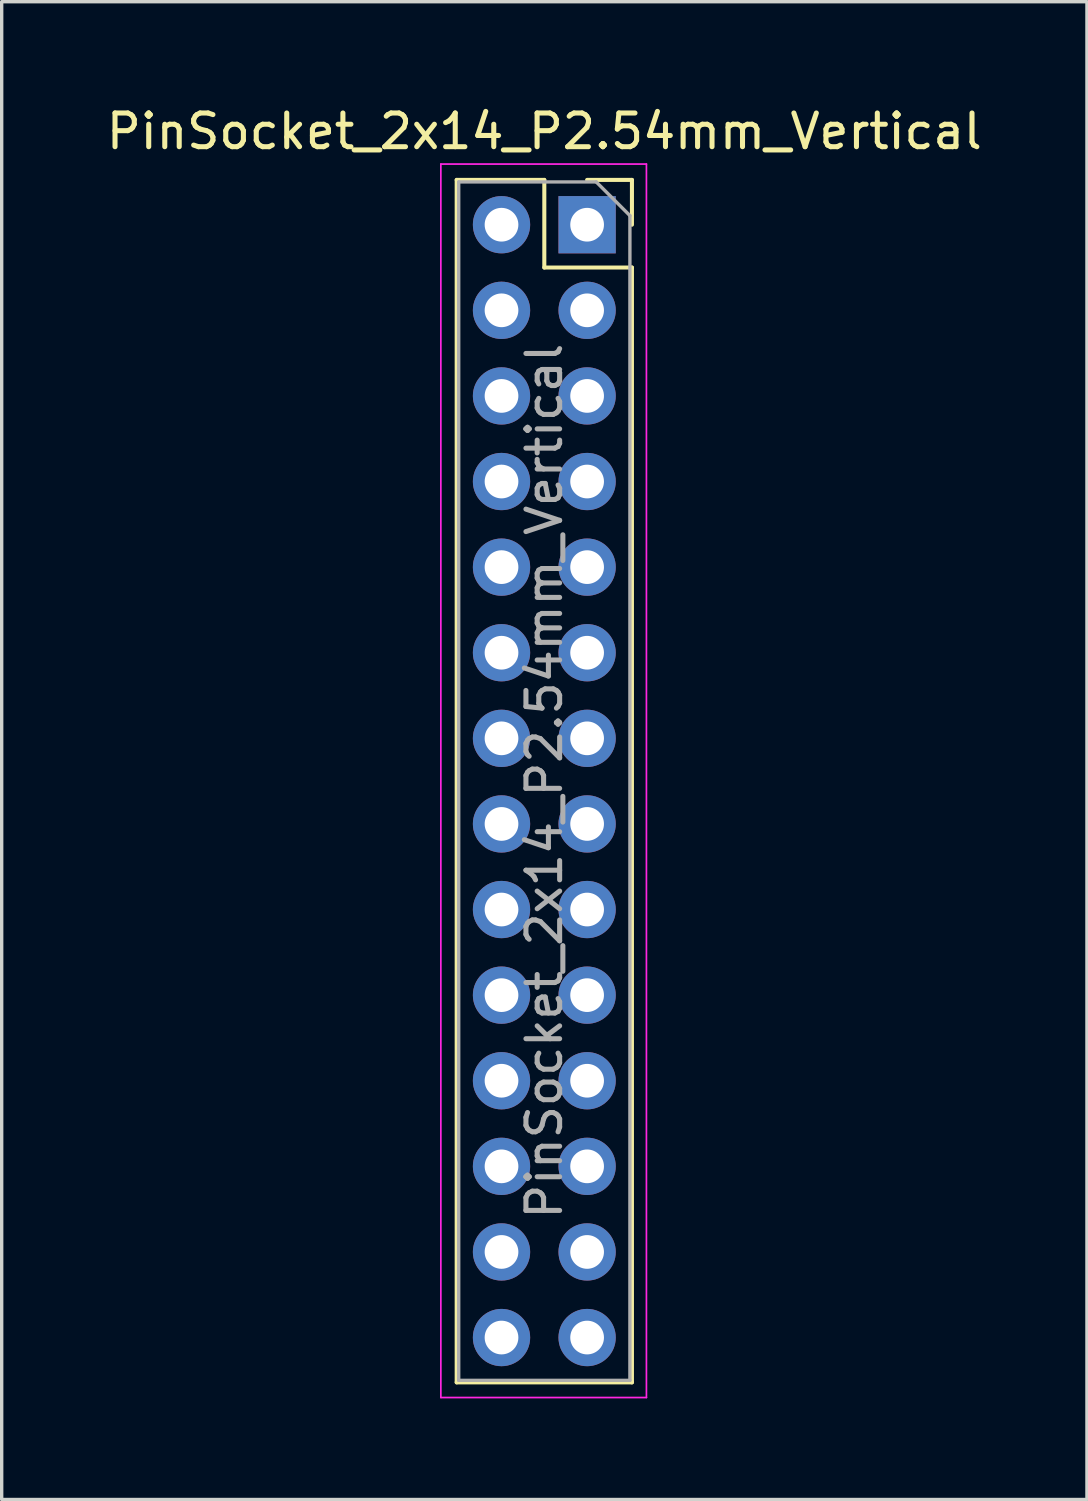
<source format=kicad_pcb>
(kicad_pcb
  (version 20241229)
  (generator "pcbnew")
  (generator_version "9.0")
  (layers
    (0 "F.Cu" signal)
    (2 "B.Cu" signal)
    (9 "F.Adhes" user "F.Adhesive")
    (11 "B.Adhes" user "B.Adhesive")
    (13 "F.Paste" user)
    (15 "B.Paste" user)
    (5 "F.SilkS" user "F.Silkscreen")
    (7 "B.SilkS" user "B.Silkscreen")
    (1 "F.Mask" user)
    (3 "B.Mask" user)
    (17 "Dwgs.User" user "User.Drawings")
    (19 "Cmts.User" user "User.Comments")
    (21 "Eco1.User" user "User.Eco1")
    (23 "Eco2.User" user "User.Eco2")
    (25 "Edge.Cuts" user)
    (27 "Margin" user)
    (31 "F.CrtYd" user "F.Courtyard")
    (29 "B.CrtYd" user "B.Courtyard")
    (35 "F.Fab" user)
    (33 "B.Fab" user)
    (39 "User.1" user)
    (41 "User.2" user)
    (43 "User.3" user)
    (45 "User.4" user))
  (footprint "PinSocket_2x14_P2.54mm_Vertical"
    (layer "F.Cu")
    (at 14.371 3.618)
    (property "Reference" "PinSocket_2x14_P2.54mm_Vertical" (at -1.27 -2.77 0) (layer "F.SilkS") (effects (font (size 1 1) (thickness 0.15))))
    (attr through_hole)
    (fp_line (start -3.87 -1.33) (end -3.87 34.35) (stroke (width 0.12) (type solid)) (layer "F.SilkS"))
    (fp_line (start -3.87 -1.33) (end -1.27 -1.33) (stroke (width 0.12) (type solid)) (layer "F.SilkS"))
    (fp_line (start -3.87 34.35) (end 1.33 34.35) (stroke (width 0.12) (type solid)) (layer "F.SilkS"))
    (fp_line (start -1.27 -1.33) (end -1.27 1.27) (stroke (width 0.12) (type solid)) (layer "F.SilkS"))
    (fp_line (start -1.27 1.27) (end 1.33 1.27) (stroke (width 0.12) (type solid)) (layer "F.SilkS"))
    (fp_line (start 0 -1.33) (end 1.33 -1.33) (stroke (width 0.12) (type solid)) (layer "F.SilkS"))
    (fp_line (start 1.33 -1.33) (end 1.33 0) (stroke (width 0.12) (type solid)) (layer "F.SilkS"))
    (fp_line (start 1.33 1.27) (end 1.33 34.35) (stroke (width 0.12) (type solid)) (layer "F.SilkS"))
    (fp_line (start -4.34 -1.8) (end 1.76 -1.8) (stroke (width 0.05) (type solid)) (layer "F.CrtYd"))
    (fp_line (start -4.34 34.8) (end -4.34 -1.8) (stroke (width 0.05) (type solid)) (layer "F.CrtYd"))
    (fp_line (start 1.76 -1.8) (end 1.76 34.8) (stroke (width 0.05) (type solid)) (layer "F.CrtYd"))
    (fp_line (start 1.76 34.8) (end -4.34 34.8) (stroke (width 0.05) (type solid)) (layer "F.CrtYd"))
    (fp_line (start -3.81 -1.27) (end 0.27 -1.27) (stroke (width 0.1) (type solid)) (layer "F.Fab"))
    (fp_line (start -3.81 34.29) (end -3.81 -1.27) (stroke (width 0.1) (type solid)) (layer "F.Fab"))
    (fp_line (start 0.27 -1.27) (end 1.27 -0.27) (stroke (width 0.1) (type solid)) (layer "F.Fab"))
    (fp_line (start 1.27 -0.27) (end 1.27 34.29) (stroke (width 0.1) (type solid)) (layer "F.Fab"))
    (fp_line (start 1.27 34.29) (end -3.81 34.29) (stroke (width 0.1) (type solid)) (layer "F.Fab"))
    (fp_text user "${REFERENCE}" (at -1.27 16.51 90) (layer "F.Fab") (effects (font (size 1 1) (thickness 0.15))))
    (pad "1" thru_hole rect (at 0 0) (size 1.7 1.7) (drill 1) (layers "*.Cu" "*.Mask"))
    (pad "2" thru_hole oval (at -2.54 0) (size 1.7 1.7) (drill 1) (layers "*.Cu" "*.Mask"))
    (pad "3" thru_hole oval (at 0 2.54) (size 1.7 1.7) (drill 1) (layers "*.Cu" "*.Mask"))
    (pad "4" thru_hole oval (at -2.54 2.54) (size 1.7 1.7) (drill 1) (layers "*.Cu" "*.Mask"))
    (pad "5" thru_hole oval (at 0 5.08) (size 1.7 1.7) (drill 1) (layers "*.Cu" "*.Mask"))
    (pad "6" thru_hole oval (at -2.54 5.08) (size 1.7 1.7) (drill 1) (layers "*.Cu" "*.Mask"))
    (pad "7" thru_hole oval (at 0 7.62) (size 1.7 1.7) (drill 1) (layers "*.Cu" "*.Mask"))
    (pad "8" thru_hole oval (at -2.54 7.62) (size 1.7 1.7) (drill 1) (layers "*.Cu" "*.Mask"))
    (pad "9" thru_hole oval (at 0 10.16) (size 1.7 1.7) (drill 1) (layers "*.Cu" "*.Mask"))
    (pad "10" thru_hole oval (at -2.54 10.16) (size 1.7 1.7) (drill 1) (layers "*.Cu" "*.Mask"))
    (pad "11" thru_hole oval (at 0 12.7) (size 1.7 1.7) (drill 1) (layers "*.Cu" "*.Mask"))
    (pad "12" thru_hole oval (at -2.54 12.7) (size 1.7 1.7) (drill 1) (layers "*.Cu" "*.Mask"))
    (pad "13" thru_hole oval (at 0 15.24) (size 1.7 1.7) (drill 1) (layers "*.Cu" "*.Mask"))
    (pad "14" thru_hole oval (at -2.54 15.24) (size 1.7 1.7) (drill 1) (layers "*.Cu" "*.Mask"))
    (pad "15" thru_hole oval (at 0 17.78) (size 1.7 1.7) (drill 1) (layers "*.Cu" "*.Mask"))
    (pad "16" thru_hole oval (at -2.54 17.78) (size 1.7 1.7) (drill 1) (layers "*.Cu" "*.Mask"))
    (pad "17" thru_hole oval (at 0 20.32) (size 1.7 1.7) (drill 1) (layers "*.Cu" "*.Mask"))
    (pad "18" thru_hole oval (at -2.54 20.32) (size 1.7 1.7) (drill 1) (layers "*.Cu" "*.Mask"))
    (pad "19" thru_hole oval (at 0 22.86) (size 1.7 1.7) (drill 1) (layers "*.Cu" "*.Mask"))
    (pad "20" thru_hole oval (at -2.54 22.86) (size 1.7 1.7) (drill 1) (layers "*.Cu" "*.Mask"))
    (pad "21" thru_hole oval (at 0 25.4) (size 1.7 1.7) (drill 1) (layers "*.Cu" "*.Mask"))
    (pad "22" thru_hole oval (at -2.54 25.4) (size 1.7 1.7) (drill 1) (layers "*.Cu" "*.Mask"))
    (pad "23" thru_hole oval (at 0 27.94) (size 1.7 1.7) (drill 1) (layers "*.Cu" "*.Mask"))
    (pad "24" thru_hole oval (at -2.54 27.94) (size 1.7 1.7) (drill 1) (layers "*.Cu" "*.Mask"))
    (pad "25" thru_hole oval (at 0 30.48) (size 1.7 1.7) (drill 1) (layers "*.Cu" "*.Mask"))
    (pad "26" thru_hole oval (at -2.54 30.48) (size 1.7 1.7) (drill 1) (layers "*.Cu" "*.Mask"))
    (pad "27" thru_hole oval (at 0 33.02) (size 1.7 1.7) (drill 1) (layers "*.Cu" "*.Mask"))
    (pad "28" thru_hole oval (at -2.54 33.02) (size 1.7 1.7) (drill 1) (layers "*.Cu" "*.Mask")))
  (gr_rect
    (start -3 -3)
    (end 29.202 41.443)
    (stroke (width 0.1) (type default))
    (fill no)
    (layer "Edge.Cuts")))
</source>
